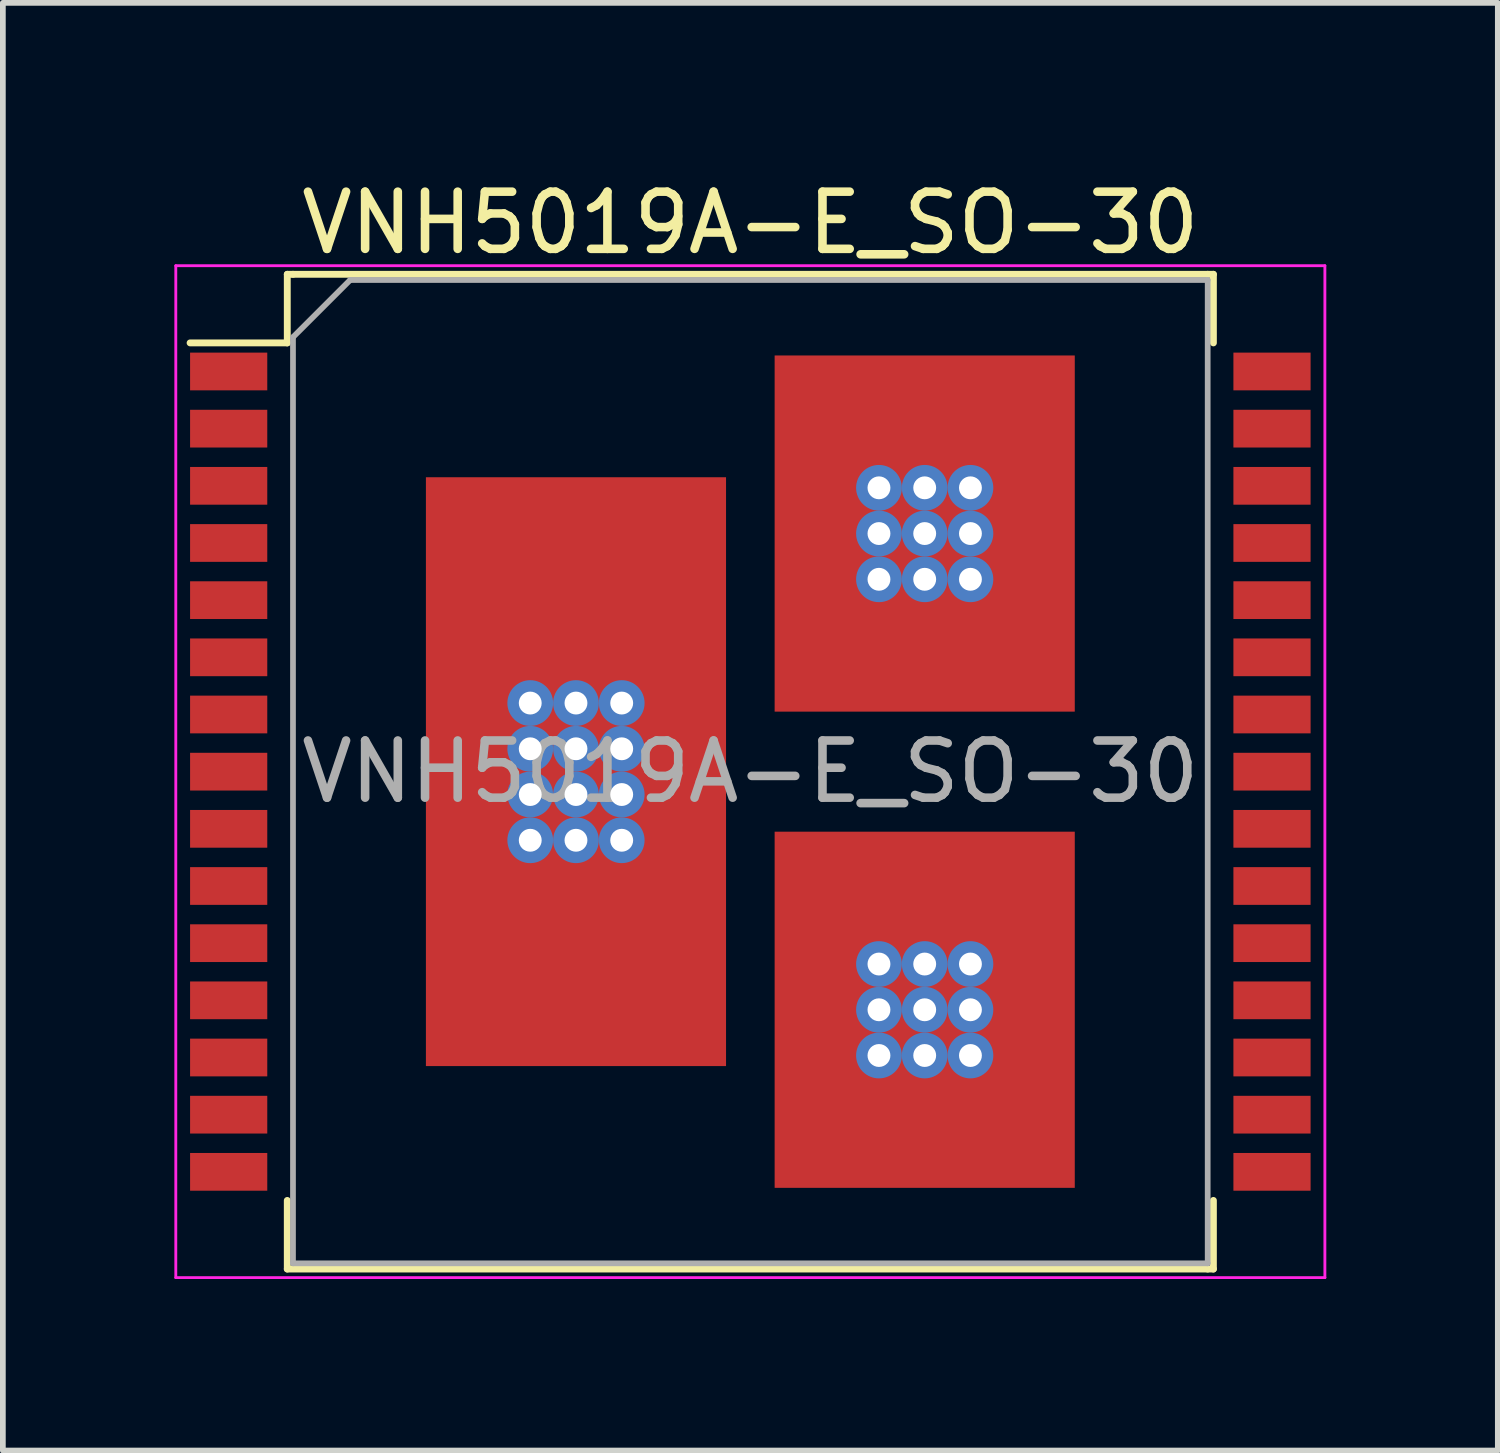
<source format=kicad_pcb>
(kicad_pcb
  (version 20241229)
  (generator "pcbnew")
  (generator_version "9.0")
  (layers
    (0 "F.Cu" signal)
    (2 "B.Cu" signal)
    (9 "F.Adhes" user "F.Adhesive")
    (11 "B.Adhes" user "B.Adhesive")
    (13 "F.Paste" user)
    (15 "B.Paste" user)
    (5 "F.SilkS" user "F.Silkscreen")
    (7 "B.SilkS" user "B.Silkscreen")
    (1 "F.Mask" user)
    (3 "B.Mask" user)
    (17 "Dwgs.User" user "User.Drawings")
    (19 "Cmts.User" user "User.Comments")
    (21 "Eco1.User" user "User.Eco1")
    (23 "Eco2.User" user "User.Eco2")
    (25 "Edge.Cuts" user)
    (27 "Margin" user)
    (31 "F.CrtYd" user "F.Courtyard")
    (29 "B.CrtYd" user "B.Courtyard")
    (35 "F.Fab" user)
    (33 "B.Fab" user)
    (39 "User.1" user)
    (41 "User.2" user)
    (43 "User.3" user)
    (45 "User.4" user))
  (footprint "VNH5019A-E_SO-30"
    (layer "F.Cu")
    (at 10.075 10.448)
    (property "Reference" "VNH5019A-E_SO-30" (at 0 -9.6 0) (layer "F.SilkS") (effects (font (size 1 1) (thickness 0.15))))
    (attr smd)
    (fp_line (start -8.1 -8.7) (end -8.1 -7.5) (stroke (width 0.12) (type solid)) (layer "F.SilkS"))
    (fp_line (start -8.1 -7.5) (end -9.8 -7.5) (stroke (width 0.12) (type solid)) (layer "F.SilkS"))
    (fp_line (start -8.1 8.7) (end -8.1 7.5) (stroke (width 0.12) (type solid)) (layer "F.SilkS"))
    (fp_line (start -8 -8.7) (end -8.1 -8.7) (stroke (width 0.12) (type solid)) (layer "F.SilkS"))
    (fp_line (start 8 -8.7) (end -8 -8.7) (stroke (width 0.12) (type solid)) (layer "F.SilkS"))
    (fp_line (start 8 -8.7) (end 8.1 -8.7) (stroke (width 0.12) (type solid)) (layer "F.SilkS"))
    (fp_line (start 8 8.7) (end -8.1 8.7) (stroke (width 0.12) (type solid)) (layer "F.SilkS"))
    (fp_line (start 8 8.7) (end 8.1 8.7) (stroke (width 0.12) (type solid)) (layer "F.SilkS"))
    (fp_line (start 8.1 -8.7) (end 8.1 -7.5) (stroke (width 0.12) (type solid)) (layer "F.SilkS"))
    (fp_line (start 8.1 8.7) (end 8.1 7.5) (stroke (width 0.12) (type solid)) (layer "F.SilkS"))
    (fp_line (start -10.05 -8.85) (end -10.05 8.85) (stroke (width 0.05) (type solid)) (layer "F.CrtYd"))
    (fp_line (start -10.05 -8.85) (end 10.05 -8.85) (stroke (width 0.05) (type solid)) (layer "F.CrtYd"))
    (fp_line (start 10.05 8.85) (end -10.05 8.85) (stroke (width 0.05) (type solid)) (layer "F.CrtYd"))
    (fp_line (start 10.05 8.85) (end 10.05 -8.85) (stroke (width 0.05) (type solid)) (layer "F.CrtYd"))
    (fp_line (start -8 -7.6) (end -8 8.6) (stroke (width 0.1) (type solid)) (layer "F.Fab"))
    (fp_line (start -8 8.6) (end 8 8.6) (stroke (width 0.1) (type solid)) (layer "F.Fab"))
    (fp_line (start -7 -8.6) (end -8 -7.6) (stroke (width 0.1) (type solid)) (layer "F.Fab"))
    (fp_line (start 8 -8.6) (end -7 -8.6) (stroke (width 0.1) (type solid)) (layer "F.Fab"))
    (fp_line (start 8 8.6) (end 8 -8.6) (stroke (width 0.1) (type solid)) (layer "F.Fab"))
    (fp_text user "${REFERENCE}" (at 0 0 0) (layer "F.Fab") (effects (font (size 1 1) (thickness 0.15))))
    (pad "1" smd rect (at -9.125 -7 270) (size 0.66 1.35) (layers "F.Cu" "F.Mask" "F.Paste"))
    (pad "2" smd rect (at -9.125 -6 270) (size 0.66 1.35) (layers "F.Cu" "F.Mask" "F.Paste"))
    (pad "3" smd rect (at -9.125 -5 270) (size 0.66 1.35) (layers "F.Cu" "F.Mask" "F.Paste"))
    (pad "4" smd rect (at -9.125 -4 270) (size 0.66 1.35) (layers "F.Cu" "F.Mask" "F.Paste"))
    (pad "5" smd rect (at -9.125 -3 270) (size 0.66 1.35) (layers "F.Cu" "F.Mask" "F.Paste"))
    (pad "6" smd rect (at -9.125 -2 270) (size 0.66 1.35) (layers "F.Cu" "F.Mask" "F.Paste"))
    (pad "7" smd rect (at -9.125 -1 270) (size 0.66 1.35) (layers "F.Cu" "F.Mask" "F.Paste"))
    (pad "8" smd rect (at -9.125 0 270) (size 0.66 1.35) (layers "F.Cu" "F.Mask" "F.Paste"))
    (pad "9" smd rect (at -9.125 1 270) (size 0.66 1.35) (layers "F.Cu" "F.Mask" "F.Paste"))
    (pad "10" smd rect (at -9.125 2 270) (size 0.66 1.35) (layers "F.Cu" "F.Mask" "F.Paste"))
    (pad "11" smd rect (at -9.125 3 270) (size 0.66 1.35) (layers "F.Cu" "F.Mask" "F.Paste"))
    (pad "12" smd rect (at -9.125 4 270) (size 0.66 1.35) (layers "F.Cu" "F.Mask" "F.Paste"))
    (pad "13" smd rect (at -9.125 5 270) (size 0.66 1.35) (layers "F.Cu" "F.Mask" "F.Paste"))
    (pad "14" smd rect (at -9.125 6 270) (size 0.66 1.35) (layers "F.Cu" "F.Mask" "F.Paste"))
    (pad "15" smd rect (at -9.125 7 270) (size 0.66 1.35) (layers "F.Cu" "F.Mask" "F.Paste"))
    (pad "16" smd rect (at 9.125 7 270) (size 0.66 1.35) (layers "F.Cu" "F.Mask" "F.Paste"))
    (pad "17" smd rect (at 9.125 6 270) (size 0.66 1.35) (layers "F.Cu" "F.Mask" "F.Paste"))
    (pad "18" smd rect (at 9.125 5 270) (size 0.66 1.35) (layers "F.Cu" "F.Mask" "F.Paste"))
    (pad "19" smd rect (at 9.125 4 270) (size 0.66 1.35) (layers "F.Cu" "F.Mask" "F.Paste"))
    (pad "20" smd rect (at 9.125 3 270) (size 0.66 1.35) (layers "F.Cu" "F.Mask" "F.Paste"))
    (pad "21" smd rect (at 9.125 2 270) (size 0.66 1.35) (layers "F.Cu" "F.Mask" "F.Paste"))
    (pad "22" smd rect (at 9.125 1 270) (size 0.66 1.35) (layers "F.Cu" "F.Mask" "F.Paste"))
    (pad "23" smd rect (at 9.125 0 270) (size 0.66 1.35) (layers "F.Cu" "F.Mask" "F.Paste"))
    (pad "24" smd rect (at 9.125 -1 270) (size 0.66 1.35) (layers "F.Cu" "F.Mask" "F.Paste"))
    (pad "25" smd rect (at 9.125 -2 270) (size 0.66 1.35) (layers "F.Cu" "F.Mask" "F.Paste"))
    (pad "26" smd rect (at 9.125 -3 270) (size 0.66 1.35) (layers "F.Cu" "F.Mask" "F.Paste"))
    (pad "27" smd rect (at 9.125 -4 270) (size 0.66 1.35) (layers "F.Cu" "F.Mask" "F.Paste"))
    (pad "28" smd rect (at 9.125 -5 270) (size 0.66 1.35) (layers "F.Cu" "F.Mask" "F.Paste"))
    (pad "29" smd rect (at 9.125 -6 270) (size 0.66 1.35) (layers "F.Cu" "F.Mask" "F.Paste"))
    (pad "30" smd rect (at 9.125 -7 270) (size 0.66 1.35) (layers "F.Cu" "F.Mask" "F.Paste"))
    (pad "31" thru_hole circle (at -3.85 -1.2) (size 0.8 0.8) (drill 0.4) (layers "*.Cu" "*.Mask"))
    (pad "31" thru_hole circle (at -3.85 -0.4) (size 0.8 0.8) (drill 0.4) (layers "*.Cu" "*.Mask"))
    (pad "31" thru_hole circle (at -3.85 0.4) (size 0.8 0.8) (drill 0.4) (layers "*.Cu" "*.Mask"))
    (pad "31" thru_hole circle (at -3.85 1.2) (size 0.8 0.8) (drill 0.4) (layers "*.Cu" "*.Mask"))
    (pad "31" thru_hole circle (at -3.05 -1.2) (size 0.8 0.8) (drill 0.4) (layers "*.Cu" "*.Mask"))
    (pad "31" thru_hole circle (at -3.05 -0.4) (size 0.8 0.8) (drill 0.4) (layers "*.Cu" "*.Mask"))
    (pad "31" smd rect (at -3.05 0) (size 5.25 10.3) (layers "F.Cu" "F.Mask" "F.Paste"))
    (pad "31" thru_hole circle (at -3.05 0.4) (size 0.8 0.8) (drill 0.4) (layers "*.Cu" "*.Mask"))
    (pad "31" thru_hole circle (at -3.05 1.2) (size 0.8 0.8) (drill 0.4) (layers "*.Cu" "*.Mask"))
    (pad "31" thru_hole circle (at -2.25 -1.2) (size 0.8 0.8) (drill 0.4) (layers "*.Cu" "*.Mask"))
    (pad "31" thru_hole circle (at -2.25 -0.4) (size 0.8 0.8) (drill 0.4) (layers "*.Cu" "*.Mask"))
    (pad "31" thru_hole circle (at -2.25 0.4) (size 0.8 0.8) (drill 0.4) (layers "*.Cu" "*.Mask"))
    (pad "31" thru_hole circle (at -2.25 1.2) (size 0.8 0.8) (drill 0.4) (layers "*.Cu" "*.Mask"))
    (pad "32" thru_hole circle (at 2.25 3.365) (size 0.8 0.8) (drill 0.4) (layers "*.Cu" "*.Mask"))
    (pad "32" thru_hole circle (at 2.25 4.165) (size 0.8 0.8) (drill 0.4) (layers "*.Cu" "*.Mask"))
    (pad "32" thru_hole circle (at 2.25 4.965) (size 0.8 0.8) (drill 0.4) (layers "*.Cu" "*.Mask"))
    (pad "32" thru_hole circle (at 3.05 3.365) (size 0.8 0.8) (drill 0.4) (layers "*.Cu" "*.Mask"))
    (pad "32" thru_hole circle (at 3.05 4.165) (size 0.8 0.8) (drill 0.4) (layers "*.Cu" "*.Mask"))
    (pad "32" smd rect (at 3.05 4.165) (size 5.25 6.23) (layers "F.Cu" "F.Mask" "F.Paste"))
    (pad "32" thru_hole circle (at 3.05 4.965) (size 0.8 0.8) (drill 0.4) (layers "*.Cu" "*.Mask"))
    (pad "32" thru_hole circle (at 3.85 3.365) (size 0.8 0.8) (drill 0.4) (layers "*.Cu" "*.Mask"))
    (pad "32" thru_hole circle (at 3.85 4.165) (size 0.8 0.8) (drill 0.4) (layers "*.Cu" "*.Mask"))
    (pad "32" thru_hole circle (at 3.85 4.965) (size 0.8 0.8) (drill 0.4) (layers "*.Cu" "*.Mask"))
    (pad "33" thru_hole circle (at 2.25 -4.965) (size 0.8 0.8) (drill 0.4) (layers "*.Cu" "*.Mask"))
    (pad "33" thru_hole circle (at 2.25 -4.165) (size 0.8 0.8) (drill 0.4) (layers "*.Cu" "*.Mask"))
    (pad "33" thru_hole circle (at 2.25 -3.365) (size 0.8 0.8) (drill 0.4) (layers "*.Cu" "*.Mask"))
    (pad "33" thru_hole circle (at 3.05 -4.965) (size 0.8 0.8) (drill 0.4) (layers "*.Cu" "*.Mask"))
    (pad "33" thru_hole circle (at 3.05 -4.165) (size 0.8 0.8) (drill 0.4) (layers "*.Cu" "*.Mask"))
    (pad "33" smd rect (at 3.05 -4.165) (size 5.25 6.23) (layers "F.Cu" "F.Mask" "F.Paste"))
    (pad "33" thru_hole circle (at 3.05 -3.365) (size 0.8 0.8) (drill 0.4) (layers "*.Cu" "*.Mask"))
    (pad "33" thru_hole circle (at 3.85 -4.965) (size 0.8 0.8) (drill 0.4) (layers "*.Cu" "*.Mask"))
    (pad "33" thru_hole circle (at 3.85 -4.165) (size 0.8 0.8) (drill 0.4) (layers "*.Cu" "*.Mask"))
    (pad "33" thru_hole circle (at 3.85 -3.365) (size 0.8 0.8) (drill 0.4) (layers "*.Cu" "*.Mask")))
  (gr_rect
    (start -3 -3)
    (end 23.15 22.323)
    (stroke (width 0.1) (type default))
    (fill no)
    (layer "Edge.Cuts")))
</source>
